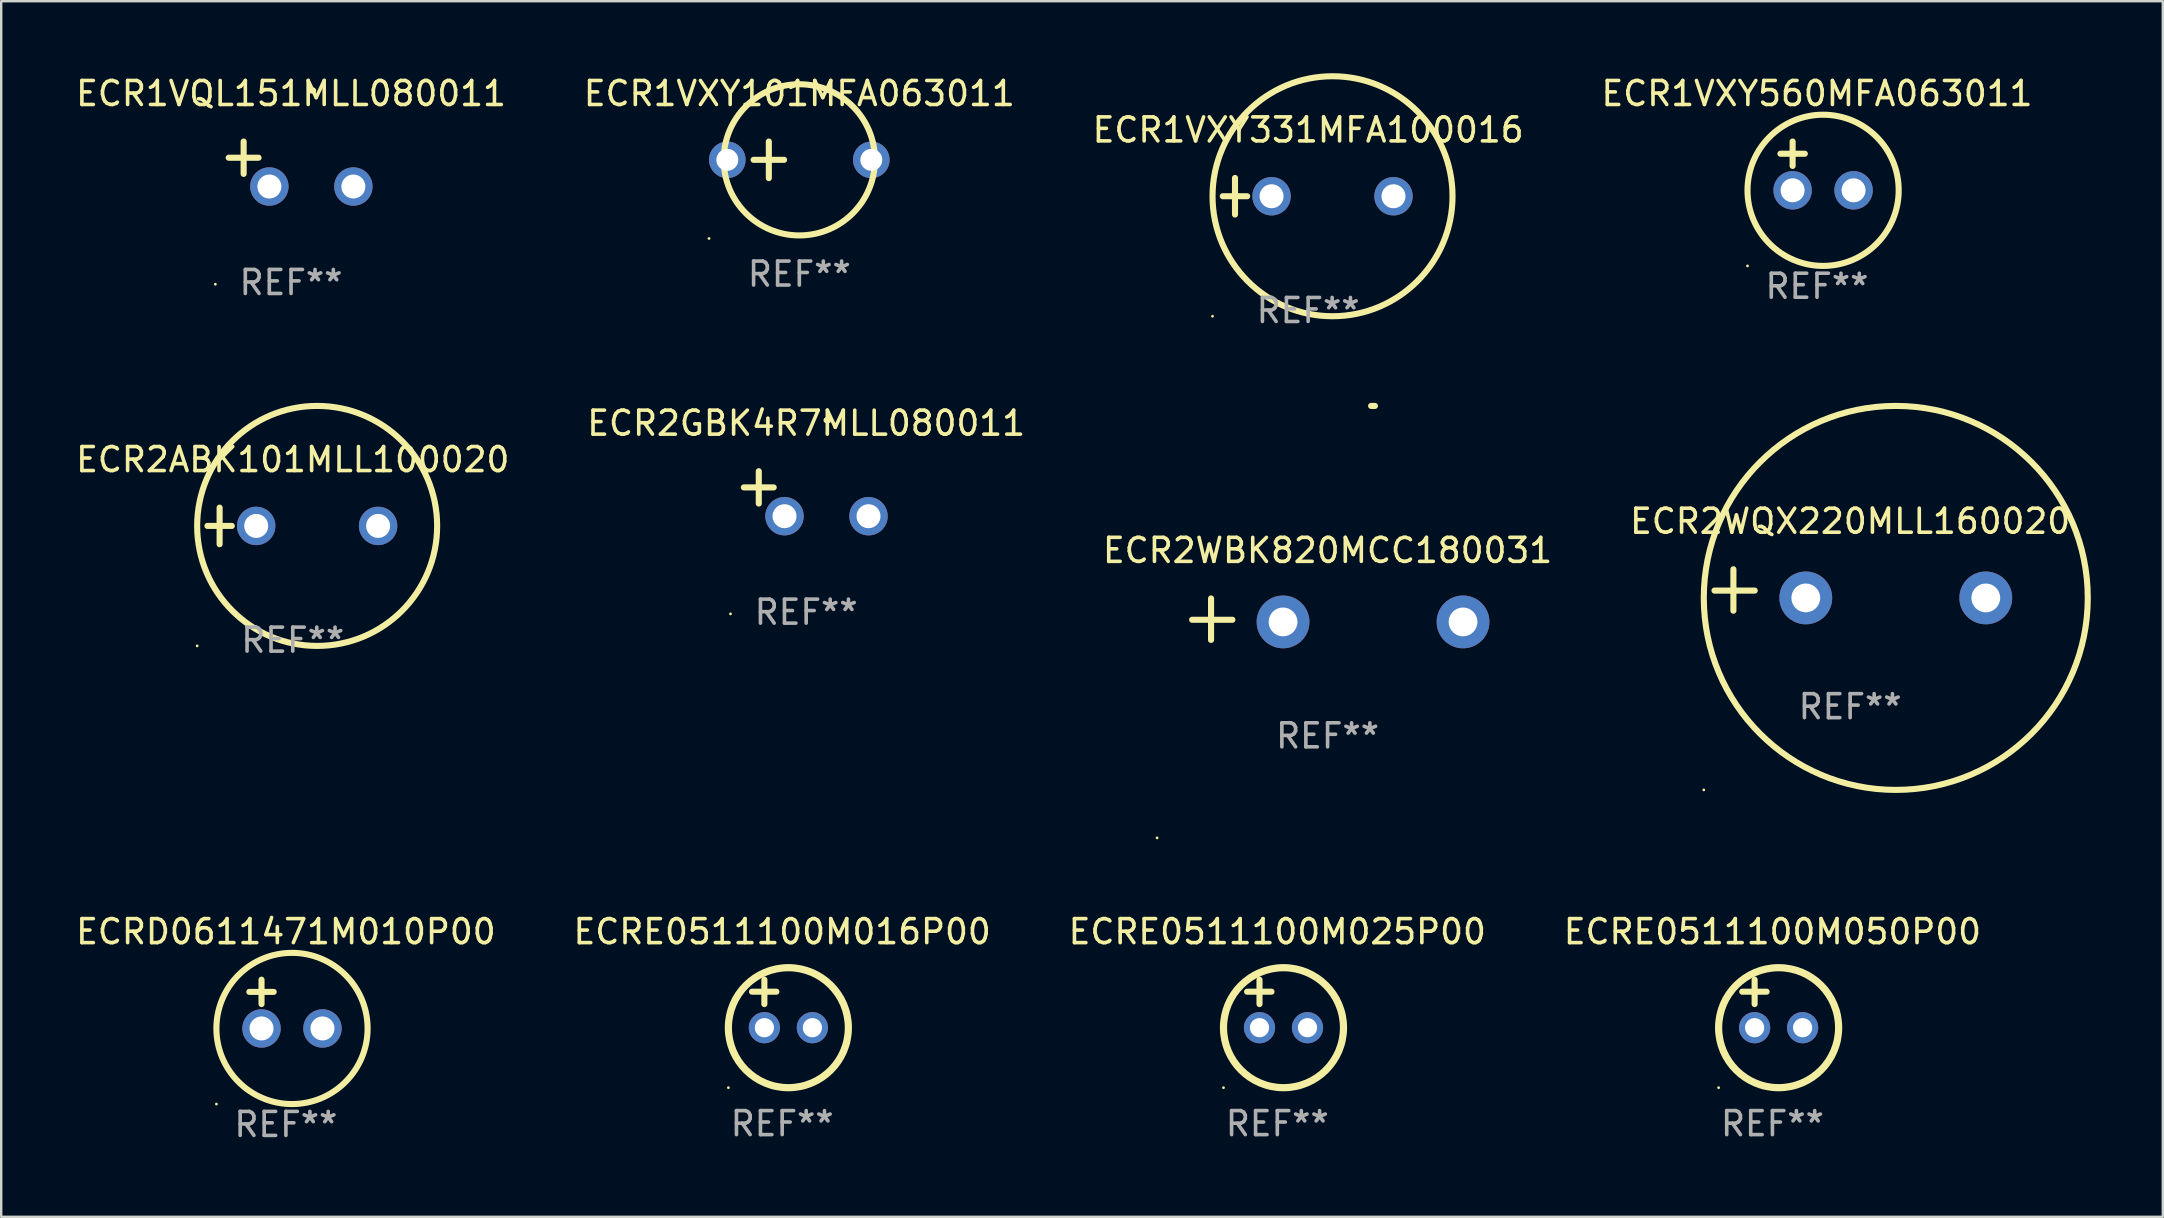
<source format=kicad_pcb>
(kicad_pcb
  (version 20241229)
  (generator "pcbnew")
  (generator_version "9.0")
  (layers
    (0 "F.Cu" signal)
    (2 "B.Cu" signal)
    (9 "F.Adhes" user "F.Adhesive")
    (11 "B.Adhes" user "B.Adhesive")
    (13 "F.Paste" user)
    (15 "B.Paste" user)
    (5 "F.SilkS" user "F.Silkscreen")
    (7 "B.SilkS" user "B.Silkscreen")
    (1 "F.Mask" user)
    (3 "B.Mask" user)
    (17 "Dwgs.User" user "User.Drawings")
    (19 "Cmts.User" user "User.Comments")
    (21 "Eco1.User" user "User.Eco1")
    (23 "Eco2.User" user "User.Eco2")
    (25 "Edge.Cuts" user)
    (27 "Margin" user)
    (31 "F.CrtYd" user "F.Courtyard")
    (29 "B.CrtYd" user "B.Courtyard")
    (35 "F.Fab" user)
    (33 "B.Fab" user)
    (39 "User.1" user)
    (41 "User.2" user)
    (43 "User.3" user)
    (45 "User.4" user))
  (footprint "ECRE0511100M016P00"
    (layer "F.Cu")
    (at 29.542 38.772)
    (property "Reference" "ECRE0511100M016P00" (at 0 -3 0) (layer "F.SilkS") (effects (font (size 1 1) (thickness 0.15))))
    (attr through_hole)
    (fp_line (start -1.258 -0.5) (end -0.242 -0.5) (stroke (width 0.254) (type solid)) (layer "F.SilkS"))
    (fp_line (start -0.742 -1) (end -0.742 0.016) (stroke (width 0.254) (type solid)) (layer "F.SilkS"))
    (fp_circle (center -2.242 3.5) (end -2.212 3.5) (stroke (width 0.06) (type solid)) (fill no) (layer "F.SilkS"))
    (fp_circle (center 0.258 1) (end 2.758 1) (stroke (width 0.3) (type solid)) (fill no) (layer "F.SilkS"))
    (fp_text user "REF**" (at 0 5 0) (layer "F.Fab") (effects (font (size 1 1) (thickness 0.15))))
    (pad "1" thru_hole circle (at -0.742 1) (size 1.3 1.3) (drill 0.8) (layers "*.Cu" "*.Mask"))
    (pad "2" thru_hole circle (at 1.258 1) (size 1.3 1.3) (drill 0.8) (layers "*.Cu" "*.Mask")))
  (footprint "ECR2ABK101MLL100020"
    (layer "F.Cu")
    (at 9.149 18.864)
    (property "Reference" "ECR2ABK101MLL100020" (at 0 -2.762 0) (layer "F.SilkS") (effects (font (size 1 1) (thickness 0.15))))
    (attr through_hole)
    (fp_line (start -3.556 0) (end -2.54 0) (stroke (width 0.254) (type solid)) (layer "F.SilkS"))
    (fp_line (start -3.048 -0.762) (end -3.048 0.762) (stroke (width 0.254) (type solid)) (layer "F.SilkS"))
    (fp_circle (center -3.984 5) (end -3.954 5) (stroke (width 0.06) (type solid)) (fill no) (layer "F.SilkS"))
    (fp_circle (center 1.016 0) (end 6.016 0) (stroke (width 0.254) (type solid)) (fill no) (layer "F.SilkS"))
    (fp_text user "REF**" (at 0 4.762 0) (layer "F.Fab") (effects (font (size 1 1) (thickness 0.15))))
    (pad "1" thru_hole circle (at -1.524 0) (size 1.6 1.6) (drill 1) (layers "*.Cu" "*.Mask"))
    (pad "2" thru_hole circle (at 3.556 0) (size 1.6 1.6) (drill 1) (layers "*.Cu" "*.Mask")))
  (footprint "ECR2WQX220MLL160020"
    (layer "F.Cu")
    (at 74.042 21.534)
    (property "Reference" "ECR2WQX220MLL160020" (at 0 -2.864 0) (layer "F.SilkS") (effects (font (size 1 1) (thickness 0.15))))
    (attr through_hole)
    (fp_line (start -4.864 0.864) (end -4.864 -0.864) (stroke (width 0.254) (type solid)) (layer "F.SilkS"))
    (fp_line (start -3.975 0.025) (end -5.652 0.025) (stroke (width 0.254) (type solid)) (layer "F.SilkS"))
    (fp_circle (center -6.098 8.33) (end -6.068 8.33) (stroke (width 0.06) (type solid)) (fill no) (layer "F.SilkS"))
    (fp_circle (center 1.902 0.33) (end 9.902 0.33) (stroke (width 0.254) (type solid)) (fill no) (layer "F.SilkS"))
    (fp_text user "REF**" (at 0 4.864 0) (layer "F.Fab") (effects (font (size 1 1) (thickness 0.15))))
    (pad "1" thru_hole circle (at -1.848 0.33) (size 2.2 2.2) (drill 1.2) (layers "*.Cu" "*.Mask"))
    (pad "2" thru_hole circle (at 5.652 0.33) (size 2.2 2.2) (drill 1.2) (layers "*.Cu" "*.Mask")))
  (footprint "ECR1VQL151MLL080011"
    (layer "F.Cu")
    (at 9.077 3.785)
    (property "Reference" "ECR1VQL151MLL080011" (at 0 -2.937 0) (layer "F.SilkS") (effects (font (size 1 1) (thickness 0.15))))
    (attr through_hole)
    (fp_line (start -1.975 0.41) (end -1.975 -0.937) (stroke (width 0.254) (type solid)) (layer "F.SilkS"))
    (fp_line (start -1.353 -0.263) (end -2.597 -0.263) (stroke (width 0.254) (type solid)) (layer "F.SilkS"))
    (fp_arc (start 0.849809 -3.063957) (mid 0.885369 -3.064114) (end 0.920929 -3.063957) (stroke (width 0.254001) (type solid)) (layer "F.SilkS"))
    (fp_circle (center -3.154 5.008) (end -3.124 5.008) (stroke (width 0.06) (type solid)) (fill no) (layer "F.SilkS"))
    (fp_text user "REF**" (at 0 4.937 0) (layer "F.Fab") (effects (font (size 1 1) (thickness 0.15))))
    (pad "1" thru_hole circle (at -0.903 0.937) (size 1.6 1.6) (drill 1) (layers "*.Cu" "*.Mask"))
    (pad "2" thru_hole circle (at 2.597 0.937) (size 1.6 1.6) (drill 1) (layers "*.Cu" "*.Mask")))
  (footprint "ECR2WBK820MCC180031"
    (layer "F.Cu")
    (at 52.268 22.75)
    (property "Reference" "ECR2WBK820MCC180031" (at 0 -2.864 0) (layer "F.SilkS") (effects (font (size 1 1) (thickness 0.15))))
    (attr through_hole)
    (fp_line (start -4.856 0.864) (end -4.856 -0.864) (stroke (width 0.254) (type solid)) (layer "F.SilkS"))
    (fp_line (start -3.967 0.025) (end -5.644 0.025) (stroke (width 0.254) (type solid)) (layer "F.SilkS"))
    (fp_arc (start 1.815024 -8.885649) (mid 1.893764 -8.88599) (end 1.972504 -8.885649) (stroke (width 0.254001) (type solid)) (layer "F.SilkS"))
    (fp_circle (center -7.106 9.114) (end -7.076 9.114) (stroke (width 0.06) (type solid)) (fill no) (layer "F.SilkS"))
    (fp_text user "REF**" (at 0 4.864 0) (layer "F.Fab") (effects (font (size 1 1) (thickness 0.15))))
    (pad "1" thru_hole circle (at -1.856 0.114) (size 2.2 2.2) (drill 1.2) (layers "*.Cu" "*.Mask"))
    (pad "2" thru_hole circle (at 5.644 0.114) (size 2.2 2.2) (drill 1.2) (layers "*.Cu" "*.Mask")))
  (footprint "ECR1VXY331MFA100016"
    (layer "F.Cu")
    (at 51.458 5.127)
    (property "Reference" "ECR1VXY331MFA100016" (at 0 -2.762 0) (layer "F.SilkS") (effects (font (size 1 1) (thickness 0.15))))
    (attr through_hole)
    (fp_line (start -3.556 0) (end -2.54 0) (stroke (width 0.254) (type solid)) (layer "F.SilkS"))
    (fp_line (start -3.048 -0.762) (end -3.048 0.762) (stroke (width 0.254) (type solid)) (layer "F.SilkS"))
    (fp_circle (center -3.984 5) (end -3.954 5) (stroke (width 0.06) (type solid)) (fill no) (layer "F.SilkS"))
    (fp_circle (center 1.016 0) (end 6.016 0) (stroke (width 0.254) (type solid)) (fill no) (layer "F.SilkS"))
    (fp_text user "REF**" (at 0 4.762 0) (layer "F.Fab") (effects (font (size 1 1) (thickness 0.15))))
    (pad "1" thru_hole circle (at -1.524 0) (size 1.6 1.6) (drill 1) (layers "*.Cu" "*.Mask"))
    (pad "2" thru_hole circle (at 3.556 0) (size 1.6 1.6) (drill 1) (layers "*.Cu" "*.Mask")))
  (footprint "ECRE0511100M025P00"
    (layer "F.Cu")
    (at 50.173 38.772)
    (property "Reference" "ECRE0511100M025P00" (at 0 -3 0) (layer "F.SilkS") (effects (font (size 1 1) (thickness 0.15))))
    (attr through_hole)
    (fp_line (start -1.258 -0.5) (end -0.242 -0.5) (stroke (width 0.254) (type solid)) (layer "F.SilkS"))
    (fp_line (start -0.742 -1) (end -0.742 0.016) (stroke (width 0.254) (type solid)) (layer "F.SilkS"))
    (fp_circle (center -2.242 3.5) (end -2.212 3.5) (stroke (width 0.06) (type solid)) (fill no) (layer "F.SilkS"))
    (fp_circle (center 0.258 1) (end 2.758 1) (stroke (width 0.3) (type solid)) (fill no) (layer "F.SilkS"))
    (fp_text user "REF**" (at 0 5 0) (layer "F.Fab") (effects (font (size 1 1) (thickness 0.15))))
    (pad "1" thru_hole circle (at -0.742 1) (size 1.3 1.3) (drill 0.8) (layers "*.Cu" "*.Mask"))
    (pad "2" thru_hole circle (at 1.258 1) (size 1.3 1.3) (drill 0.8) (layers "*.Cu" "*.Mask")))
  (footprint "ECR2GBK4R7MLL080011"
    (layer "F.Cu")
    (at 30.542 17.522)
    (property "Reference" "ECR2GBK4R7MLL080011" (at 0 -2.937 0) (layer "F.SilkS") (effects (font (size 1 1) (thickness 0.15))))
    (attr through_hole)
    (fp_line (start -1.975 0.41) (end -1.975 -0.937) (stroke (width 0.254) (type solid)) (layer "F.SilkS"))
    (fp_line (start -1.353 -0.263) (end -2.597 -0.263) (stroke (width 0.254) (type solid)) (layer "F.SilkS"))
    (fp_arc (start 0.849809 -3.063957) (mid 0.885369 -3.064114) (end 0.920929 -3.063957) (stroke (width 0.254001) (type solid)) (layer "F.SilkS"))
    (fp_circle (center -3.154 5.008) (end -3.124 5.008) (stroke (width 0.06) (type solid)) (fill no) (layer "F.SilkS"))
    (fp_text user "REF**" (at 0 4.937 0) (layer "F.Fab") (effects (font (size 1 1) (thickness 0.15))))
    (pad "1" thru_hole circle (at -0.903 0.937) (size 1.6 1.6) (drill 1) (layers "*.Cu" "*.Mask"))
    (pad "2" thru_hole circle (at 2.597 0.937) (size 1.6 1.6) (drill 1) (layers "*.Cu" "*.Mask")))
  (footprint "ECR1VXY101MFA063011"
    (layer "F.Cu")
    (at 30.256 3.61)
    (property "Reference" "ECR1VXY101MFA063011" (at 0 -2.762 0) (layer "F.SilkS") (effects (font (size 1 1) (thickness 0.15))))
    (attr through_hole)
    (fp_line (start -1.27 -0.762) (end -1.27 0.762) (stroke (width 0.254) (type solid)) (layer "F.SilkS"))
    (fp_line (start -0.635 0) (end -1.905 0) (stroke (width 0.254) (type solid)) (layer "F.SilkS"))
    (fp_circle (center -3.762 3.277) (end -3.732 3.277) (stroke (width 0.06) (type solid)) (fill no) (layer "F.SilkS"))
    (fp_circle (center 0 0) (end 3.15 0) (stroke (width 0.254) (type solid)) (fill no) (layer "F.SilkS"))
    (fp_text user "REF**" (at 0 4.762 0) (layer "F.Fab") (effects (font (size 1 1) (thickness 0.15))))
    (pad "1" thru_hole circle (at -3 0) (size 1.524 1.524) (drill 0.914) (layers "*.Cu" "*.Mask"))
    (pad "2" thru_hole circle (at 3 0) (size 1.524 1.524) (drill 0.914) (layers "*.Cu" "*.Mask")))
  (footprint "ECR1VXY560MFA063011"
    (layer "F.Cu")
    (at 72.661 3.864)
    (property "Reference" "ECR1VXY560MFA063011" (at 0 -3.016 0) (layer "F.SilkS") (effects (font (size 1 1) (thickness 0.15))))
    (attr through_hole)
    (fp_line (start -1.524 -0.508) (end -0.508 -0.508) (stroke (width 0.254) (type solid)) (layer "F.SilkS"))
    (fp_line (start -1.016 -1.016) (end -1.016 0) (stroke (width 0.254) (type solid)) (layer "F.SilkS"))
    (fp_circle (center -2.896 4.166) (end -2.866 4.166) (stroke (width 0.06) (type solid)) (fill no) (layer "F.SilkS"))
    (fp_circle (center 0.254 1.016) (end 3.404 1.016) (stroke (width 0.254) (type solid)) (fill no) (layer "F.SilkS"))
    (fp_text user "REF**" (at 0 5.016 0) (layer "F.Fab") (effects (font (size 1 1) (thickness 0.15))))
    (pad "1" thru_hole circle (at -1.016 1.016) (size 1.6 1.6) (drill 1) (layers "*.Cu" "*.Mask"))
    (pad "2" thru_hole circle (at 1.524 1.016) (size 1.6 1.6) (drill 1) (layers "*.Cu" "*.Mask")))
  (footprint "ECRE0511100M050P00"
    (layer "F.Cu")
    (at 70.804 38.772)
    (property "Reference" "ECRE0511100M050P00" (at 0 -3 0) (layer "F.SilkS") (effects (font (size 1 1) (thickness 0.15))))
    (attr through_hole)
    (fp_line (start -1.258 -0.5) (end -0.242 -0.5) (stroke (width 0.254) (type solid)) (layer "F.SilkS"))
    (fp_line (start -0.742 -1) (end -0.742 0.016) (stroke (width 0.254) (type solid)) (layer "F.SilkS"))
    (fp_circle (center -2.242 3.5) (end -2.212 3.5) (stroke (width 0.06) (type solid)) (fill no) (layer "F.SilkS"))
    (fp_circle (center 0.258 1) (end 2.758 1) (stroke (width 0.3) (type solid)) (fill no) (layer "F.SilkS"))
    (fp_text user "REF**" (at 0 5 0) (layer "F.Fab") (effects (font (size 1 1) (thickness 0.15))))
    (pad "1" thru_hole circle (at -0.742 1) (size 1.3 1.3) (drill 0.8) (layers "*.Cu" "*.Mask"))
    (pad "2" thru_hole circle (at 1.258 1) (size 1.3 1.3) (drill 0.8) (layers "*.Cu" "*.Mask")))
  (footprint "ECRD0611471M010P00"
    (layer "F.Cu")
    (at 8.863 38.788)
    (property "Reference" "ECRD0611471M010P00" (at 0 -3.016 0) (layer "F.SilkS") (effects (font (size 1 1) (thickness 0.15))))
    (attr through_hole)
    (fp_line (start -1.524 -0.508) (end -0.508 -0.508) (stroke (width 0.254) (type solid)) (layer "F.SilkS"))
    (fp_line (start -1.016 -1.016) (end -1.016 0) (stroke (width 0.254) (type solid)) (layer "F.SilkS"))
    (fp_circle (center -2.896 4.166) (end -2.866 4.166) (stroke (width 0.06) (type solid)) (fill no) (layer "F.SilkS"))
    (fp_circle (center 0.254 1.016) (end 3.404 1.016) (stroke (width 0.254) (type solid)) (fill no) (layer "F.SilkS"))
    (fp_text user "REF**" (at 0 5.016 0) (layer "F.Fab") (effects (font (size 1 1) (thickness 0.15))))
    (pad "1" thru_hole circle (at -1.016 1.016) (size 1.6 1.6) (drill 1) (layers "*.Cu" "*.Mask"))
    (pad "2" thru_hole circle (at 1.524 1.016) (size 1.6 1.6) (drill 1) (layers "*.Cu" "*.Mask")))
  (gr_rect
    (start -3 -3)
    (end 87.07 47.652)
    (stroke (width 0.1) (type default))
    (fill no)
    (layer "Edge.Cuts")))
</source>
